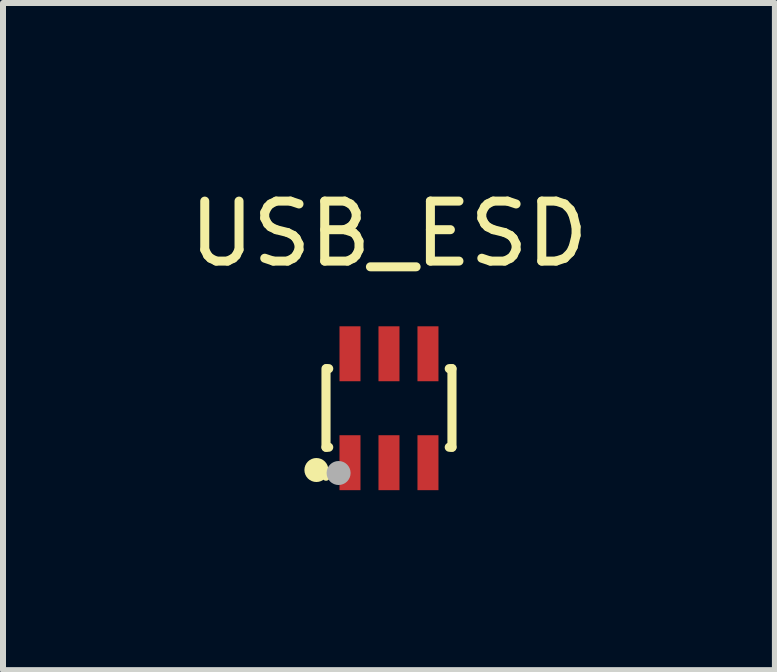
<source format=kicad_pcb>
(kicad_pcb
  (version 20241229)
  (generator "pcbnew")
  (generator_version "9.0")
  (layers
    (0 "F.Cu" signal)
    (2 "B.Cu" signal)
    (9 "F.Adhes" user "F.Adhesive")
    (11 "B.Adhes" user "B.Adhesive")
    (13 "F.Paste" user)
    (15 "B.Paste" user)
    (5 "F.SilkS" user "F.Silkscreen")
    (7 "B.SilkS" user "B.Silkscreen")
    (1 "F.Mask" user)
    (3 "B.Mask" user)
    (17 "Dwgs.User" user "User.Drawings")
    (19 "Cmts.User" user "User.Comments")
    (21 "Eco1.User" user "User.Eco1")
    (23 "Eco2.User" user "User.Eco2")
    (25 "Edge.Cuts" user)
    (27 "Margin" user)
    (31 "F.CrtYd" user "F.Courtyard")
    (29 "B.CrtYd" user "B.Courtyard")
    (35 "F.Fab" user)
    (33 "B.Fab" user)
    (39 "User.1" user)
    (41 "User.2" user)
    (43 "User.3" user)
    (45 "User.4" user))
  (footprint "USB_ESD"
    (layer "F.Cu")
    (at 3.435 3.756)
    (property "Reference" "USB_ESD" (at 0.000013 -2.908 180) (layer "F.SilkS") (effects (font (size 1 1) (thickness 0.15))))
    (attr through_hole)
    (fp_line (start -1.05 -0.66) (end -1.05 0.65) (stroke (width 0.152) (type solid)) (layer "F.SilkS"))
    (fp_line (start -1.05 0.65) (end -1.005 0.65) (stroke (width 0.152) (type solid)) (layer "F.SilkS"))
    (fp_line (start -1.005 -0.66) (end -1.04 -0.66) (stroke (width 0.152) (type solid)) (layer "F.SilkS"))
    (fp_line (start 1.005 0.65) (end 1.05 0.65) (stroke (width 0.152) (type solid)) (layer "F.SilkS"))
    (fp_line (start 1.05 -0.66) (end 1.005 -0.66) (stroke (width 0.152) (type solid)) (layer "F.SilkS"))
    (fp_line (start 1.05 0.65) (end 1.05 -0.66) (stroke (width 0.152) (type solid)) (layer "F.SilkS"))
    (fp_circle (center -1.21 1.03) (end -1.11 1.03) (stroke (width 0.2) (type solid)) (fill no) (layer "F.SilkS"))
    (fp_circle (center -1.05 1.15) (end -1.02 1.15) (stroke (width 0.06) (type solid)) (fill no) (layer "F.SilkS"))
    (fp_circle (center -0.84 1.08) (end -0.74 1.08) (stroke (width 0.2) (type solid)) (fill no) (layer "F.Fab"))
    (pad "1" smd rect (at -0.65 0.908) (size 0.35 0.916) (layers "F.Cu" "F.Mask" "F.Paste"))
    (pad "2" smd rect (at 0 0.908) (size 0.35 0.916) (layers "F.Cu" "F.Mask" "F.Paste"))
    (pad "3" smd rect (at 0.65 0.908) (size 0.35 0.916) (layers "F.Cu" "F.Mask" "F.Paste"))
    (pad "4" smd rect (at 0.65 -0.908) (size 0.35 0.916) (layers "F.Cu" "F.Mask" "F.Paste"))
    (pad "5" smd rect (at 0 -0.908) (size 0.35 0.916) (layers "F.Cu" "F.Mask" "F.Paste"))
    (pad "6" smd rect (at -0.65 -0.908) (size 0.35 0.916) (layers "F.Cu" "F.Mask" "F.Paste")))
  (gr_rect
    (start -3 -3)
    (end 9.869 8.122)
    (stroke (width 0.1) (type default))
    (fill no)
    (layer "Edge.Cuts")))
</source>
